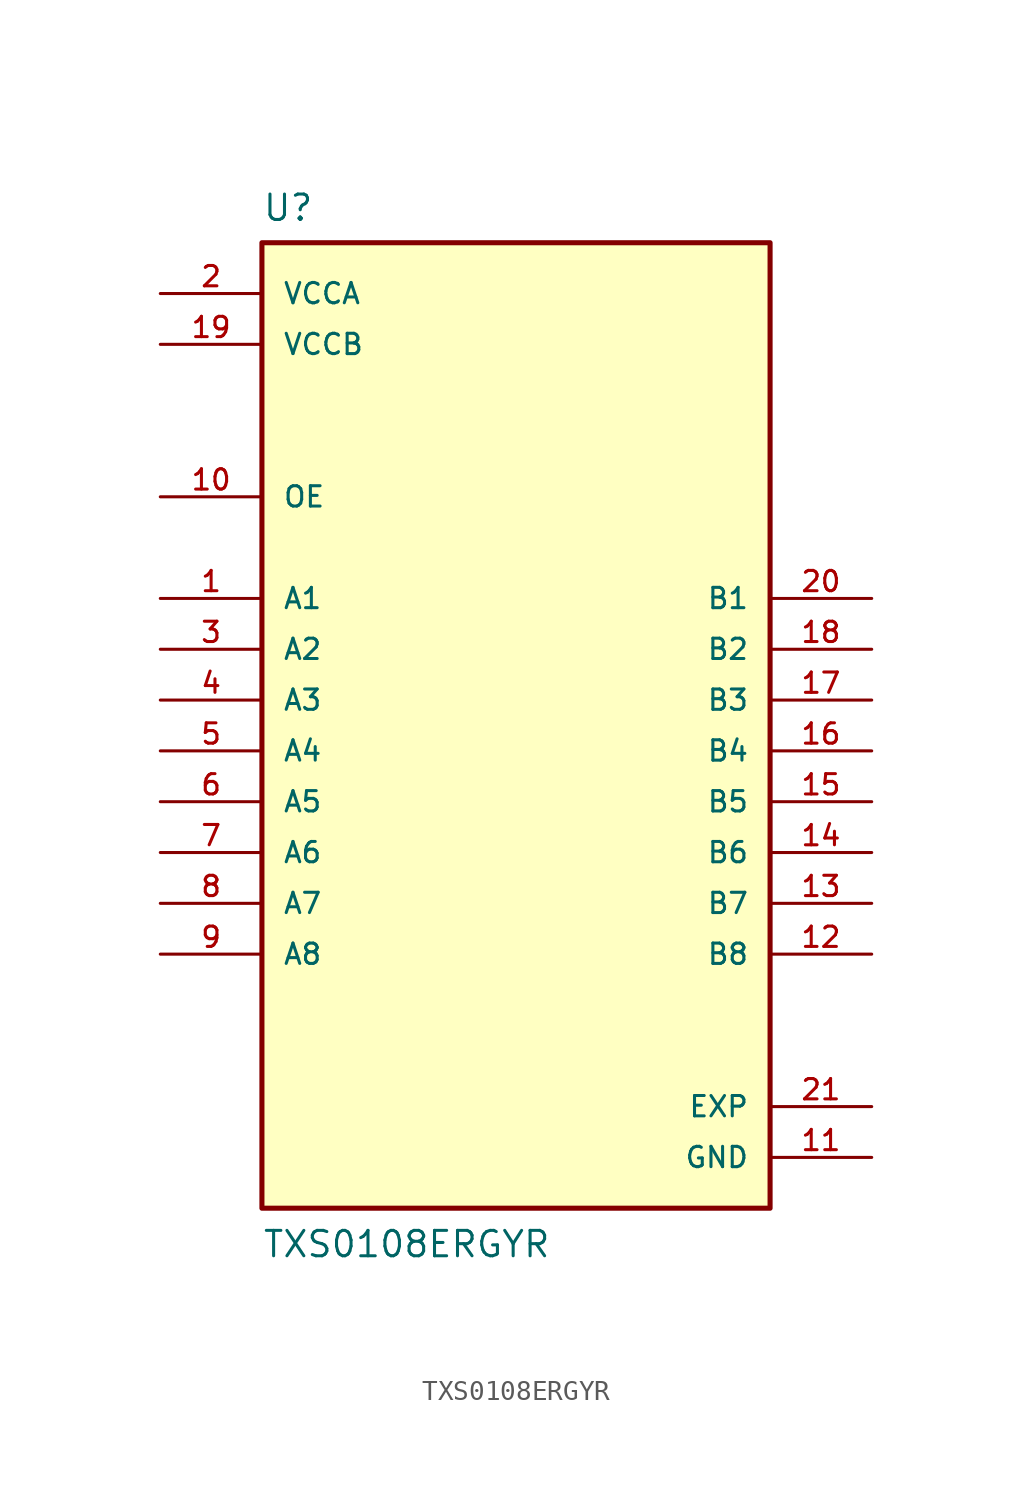
<source format=kicad_sym>
(kicad_symbol_lib
  (version 20211014)
  (generator kicad_symbol_editor)
  (symbol "TXS0108ERGYR"
    (pin_names
      (offset 1.016))
    (property "Reference" "U"
      (at -12.7 23.86 0.0)
      (effects (font (size 1.27 1.27)) (justify bottom left)))
    (property "Value" "TXS0108ERGYR"
      (at -12.7 -27.94 0.0)
      (effects (font (size 1.27 1.27)) (justify bottom left)))
    (symbol "TXS0108ERGYR_0_0"
      (rectangle (start -12.7 -25.4) (end 12.7 22.86) (stroke (width 0.254)) (fill (type background)))
      (pin input line (at -17.78 10.16 0) (length 5.08) (name "OE" (effects (font (size 1.016 1.016)))) (number "10" (effects (font (size 1.016 1.016)))))
      (pin bidirectional line (at -17.78 5.08 0) (length 5.08) (name "A1" (effects (font (size 1.016 1.016)))) (number "1" (effects (font (size 1.016 1.016)))))
      (pin bidirectional line (at -17.78 2.54 0) (length 5.08) (name "A2" (effects (font (size 1.016 1.016)))) (number "3" (effects (font (size 1.016 1.016)))))
      (pin bidirectional line (at -17.78 0.0 0) (length 5.08) (name "A3" (effects (font (size 1.016 1.016)))) (number "4" (effects (font (size 1.016 1.016)))))
      (pin bidirectional line (at -17.78 -2.54 0) (length 5.08) (name "A4" (effects (font (size 1.016 1.016)))) (number "5" (effects (font (size 1.016 1.016)))))
      (pin bidirectional line (at 17.78 5.08 180.0) (length 5.08) (name "B1" (effects (font (size 1.016 1.016)))) (number "20" (effects (font (size 1.016 1.016)))))
      (pin bidirectional line (at 17.78 2.54 180.0) (length 5.08) (name "B2" (effects (font (size 1.016 1.016)))) (number "18" (effects (font (size 1.016 1.016)))))
      (pin bidirectional line (at 17.78 0.0 180.0) (length 5.08) (name "B3" (effects (font (size 1.016 1.016)))) (number "17" (effects (font (size 1.016 1.016)))))
      (pin bidirectional line (at 17.78 -2.54 180.0) (length 5.08) (name "B4" (effects (font (size 1.016 1.016)))) (number "16" (effects (font (size 1.016 1.016)))))
      (pin power_in line (at -17.78 20.32 0) (length 5.08) (name "VCCA" (effects (font (size 1.016 1.016)))) (number "2" (effects (font (size 1.016 1.016)))))
      (pin power_in line (at -17.78 17.78 0) (length 5.08) (name "VCCB" (effects (font (size 1.016 1.016)))) (number "19" (effects (font (size 1.016 1.016)))))
      (pin power_in line (at 17.78 -20.32 180.0) (length 5.08) (name "EXP" (effects (font (size 1.016 1.016)))) (number "21" (effects (font (size 1.016 1.016)))))
      (pin bidirectional line (at -17.78 -5.08 0) (length 5.08) (name "A5" (effects (font (size 1.016 1.016)))) (number "6" (effects (font (size 1.016 1.016)))))
      (pin bidirectional line (at -17.78 -7.62 0) (length 5.08) (name "A6" (effects (font (size 1.016 1.016)))) (number "7" (effects (font (size 1.016 1.016)))))
      (pin bidirectional line (at -17.78 -10.16 0) (length 5.08) (name "A7" (effects (font (size 1.016 1.016)))) (number "8" (effects (font (size 1.016 1.016)))))
      (pin bidirectional line (at -17.78 -12.7 0) (length 5.08) (name "A8" (effects (font (size 1.016 1.016)))) (number "9" (effects (font (size 1.016 1.016)))))
      (pin bidirectional line (at 17.78 -5.08 180.0) (length 5.08) (name "B5" (effects (font (size 1.016 1.016)))) (number "15" (effects (font (size 1.016 1.016)))))
      (pin bidirectional line (at 17.78 -7.62 180.0) (length 5.08) (name "B6" (effects (font (size 1.016 1.016)))) (number "14" (effects (font (size 1.016 1.016)))))
      (pin bidirectional line (at 17.78 -10.16 180.0) (length 5.08) (name "B7" (effects (font (size 1.016 1.016)))) (number "13" (effects (font (size 1.016 1.016)))))
      (pin bidirectional line (at 17.78 -12.7 180.0) (length 5.08) (name "B8" (effects (font (size 1.016 1.016)))) (number "12" (effects (font (size 1.016 1.016)))))
      (pin power_in line (at 17.78 -22.86 180.0) (length 5.08) (name "GND" (effects (font (size 1.016 1.016)))) (number "11" (effects (font (size 1.016 1.016))))))))
</source>
